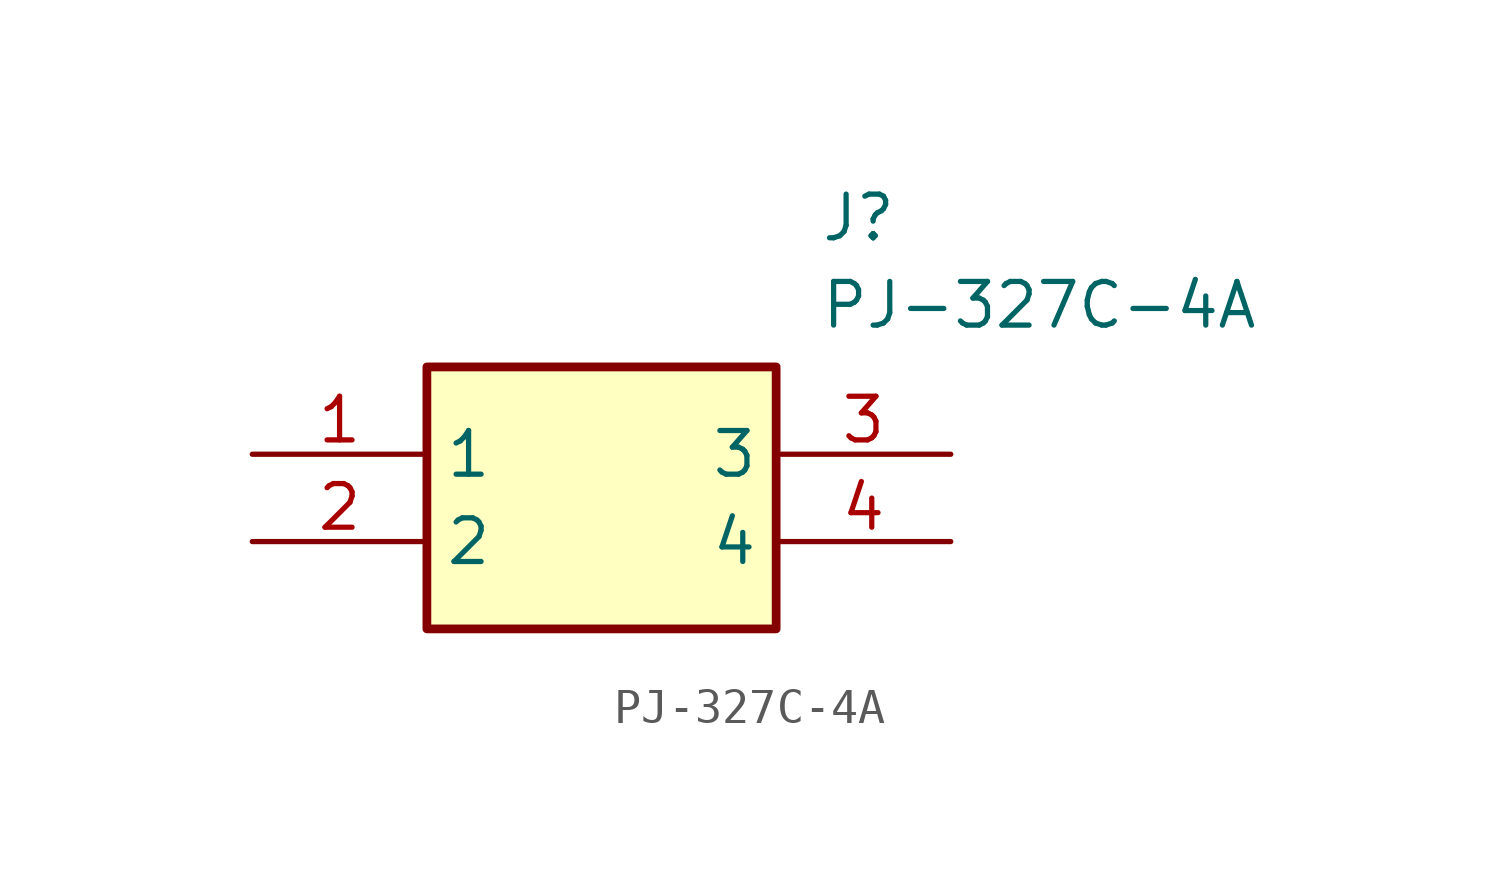
<source format=kicad_sym>
(kicad_symbol_lib
  (version 20211014)
  (generator SamacSys_ECAD_Model)
  (symbol "PJ-327C-4A"
    (property "Reference" "J"
      (at 16.51 7.62 0)
      (effects (font (size 1.27 1.27)) (justify left top)))
    (property "Value" "PJ-327C-4A"
      (at 16.51 5.08 0)
      (effects (font (size 1.27 1.27)) (justify left top)))
    (rectangle
      (start 5.08 2.54)
      (end 15.24 -5.08)
      (stroke (width 0.254) (type default))
      (fill (type background)))
    (pin passive line
      (at 0 0 0)
      (length 5.08)
      (name "1" (effects (font (size 1.27 1.27))))
      (number "1" (effects (font (size 1.27 1.27)))))
    (pin passive line
      (at 0 -2.54 0)
      (length 5.08)
      (name "2" (effects (font (size 1.27 1.27))))
      (number "2" (effects (font (size 1.27 1.27)))))
    (pin passive line
      (at 20.32 0 180)
      (length 5.08)
      (name "3" (effects (font (size 1.27 1.27))))
      (number "3" (effects (font (size 1.27 1.27)))))
    (pin passive line
      (at 20.32 -2.54 180)
      (length 5.08)
      (name "4" (effects (font (size 1.27 1.27))))
      (number "4" (effects (font (size 1.27 1.27)))))))
</source>
